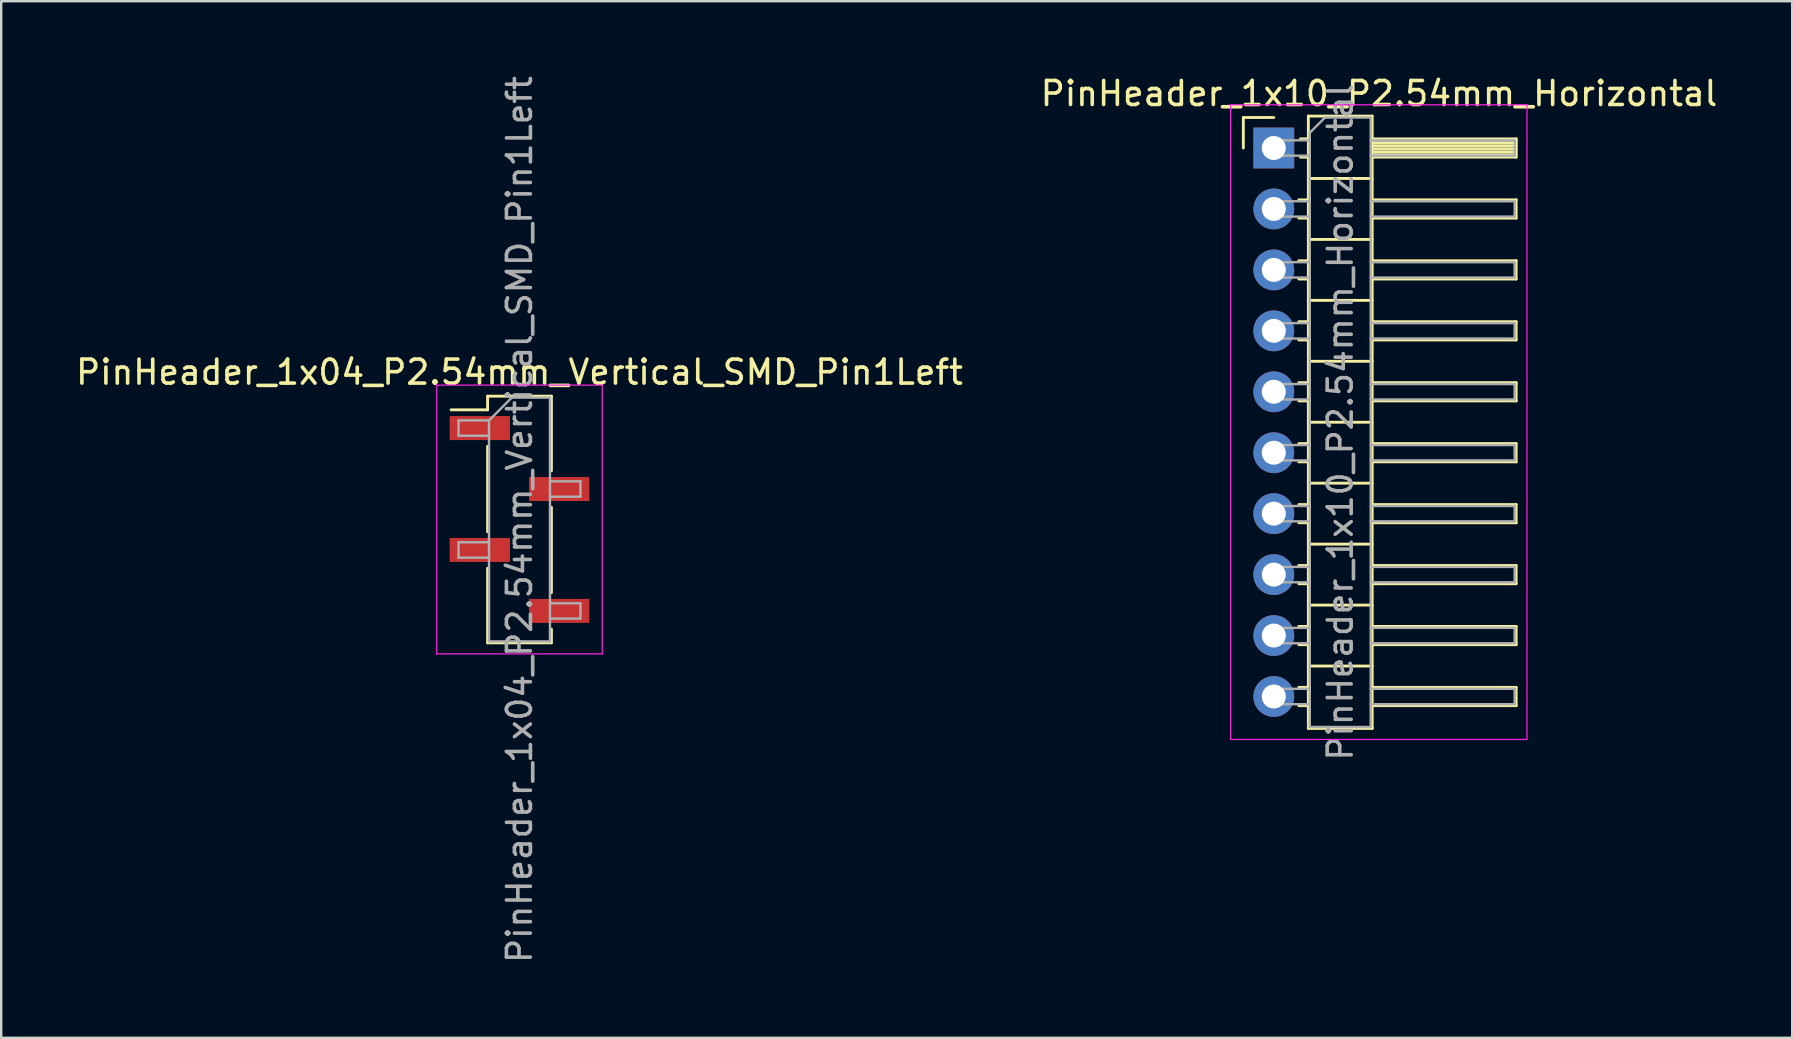
<source format=kicad_pcb>
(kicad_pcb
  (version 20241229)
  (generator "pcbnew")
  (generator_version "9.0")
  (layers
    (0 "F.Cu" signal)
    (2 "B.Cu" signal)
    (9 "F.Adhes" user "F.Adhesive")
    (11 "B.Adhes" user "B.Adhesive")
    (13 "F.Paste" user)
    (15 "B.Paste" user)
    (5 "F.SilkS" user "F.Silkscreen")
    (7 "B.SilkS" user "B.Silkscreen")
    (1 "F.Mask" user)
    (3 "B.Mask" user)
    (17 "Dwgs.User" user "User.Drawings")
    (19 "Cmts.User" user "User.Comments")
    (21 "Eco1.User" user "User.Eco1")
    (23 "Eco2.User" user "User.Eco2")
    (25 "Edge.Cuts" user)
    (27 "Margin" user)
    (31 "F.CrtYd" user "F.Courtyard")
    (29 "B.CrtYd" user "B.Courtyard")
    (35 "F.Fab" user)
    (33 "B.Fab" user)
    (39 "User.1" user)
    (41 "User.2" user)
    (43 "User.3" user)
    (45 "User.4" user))
  (footprint "PinHeader_1x04_P2.54mm_Vertical_SMD_Pin1Left"
    (layer "F.Cu")
    (at 18.601 18.601)
    (property "Reference" "PinHeader_1x04_P2.54mm_Vertical_SMD_Pin1Left" (at 0 -6.14 0) (layer "F.SilkS") (effects (font (size 1 1) (thickness 0.15))))
    (attr smd)
    (fp_line (start -1.33 -5.14) (end -1.33 -4.57) (stroke (width 0.12) (type solid)) (layer "F.SilkS"))
    (fp_line (start -1.33 -5.14) (end 1.33 -5.14) (stroke (width 0.12) (type solid)) (layer "F.SilkS"))
    (fp_line (start -1.33 -4.57) (end -2.85 -4.57) (stroke (width 0.12) (type solid)) (layer "F.SilkS"))
    (fp_line (start -1.33 -3.05) (end -1.33 0.51) (stroke (width 0.12) (type solid)) (layer "F.SilkS"))
    (fp_line (start -1.33 2.03) (end -1.33 5.14) (stroke (width 0.12) (type solid)) (layer "F.SilkS"))
    (fp_line (start -1.33 5.14) (end 1.33 5.14) (stroke (width 0.12) (type solid)) (layer "F.SilkS"))
    (fp_line (start 1.33 -5.14) (end 1.33 -2.03) (stroke (width 0.12) (type solid)) (layer "F.SilkS"))
    (fp_line (start 1.33 -0.51) (end 1.33 3.05) (stroke (width 0.12) (type solid)) (layer "F.SilkS"))
    (fp_line (start 1.33 4.57) (end 1.33 5.14) (stroke (width 0.12) (type solid)) (layer "F.SilkS"))
    (fp_line (start -3.45 -5.6) (end -3.45 5.6) (stroke (width 0.05) (type solid)) (layer "F.CrtYd"))
    (fp_line (start -3.45 5.6) (end 3.45 5.6) (stroke (width 0.05) (type solid)) (layer "F.CrtYd"))
    (fp_line (start 3.45 -5.6) (end -3.45 -5.6) (stroke (width 0.05) (type solid)) (layer "F.CrtYd"))
    (fp_line (start 3.45 5.6) (end 3.45 -5.6) (stroke (width 0.05) (type solid)) (layer "F.CrtYd"))
    (fp_line (start -2.54 -4.13) (end -2.54 -3.49) (stroke (width 0.1) (type solid)) (layer "F.Fab"))
    (fp_line (start -2.54 -3.49) (end -1.27 -3.49) (stroke (width 0.1) (type solid)) (layer "F.Fab"))
    (fp_line (start -2.54 0.95) (end -2.54 1.59) (stroke (width 0.1) (type solid)) (layer "F.Fab"))
    (fp_line (start -2.54 1.59) (end -1.27 1.59) (stroke (width 0.1) (type solid)) (layer "F.Fab"))
    (fp_line (start -1.27 -4.13) (end -2.54 -4.13) (stroke (width 0.1) (type solid)) (layer "F.Fab"))
    (fp_line (start -1.27 -4.13) (end -0.32 -5.08) (stroke (width 0.1) (type solid)) (layer "F.Fab"))
    (fp_line (start -1.27 0.95) (end -2.54 0.95) (stroke (width 0.1) (type solid)) (layer "F.Fab"))
    (fp_line (start -1.27 5.08) (end -1.27 -4.13) (stroke (width 0.1) (type solid)) (layer "F.Fab"))
    (fp_line (start -0.32 -5.08) (end 1.27 -5.08) (stroke (width 0.1) (type solid)) (layer "F.Fab"))
    (fp_line (start 1.27 -5.08) (end 1.27 5.08) (stroke (width 0.1) (type solid)) (layer "F.Fab"))
    (fp_line (start 1.27 -1.59) (end 2.54 -1.59) (stroke (width 0.1) (type solid)) (layer "F.Fab"))
    (fp_line (start 1.27 3.49) (end 2.54 3.49) (stroke (width 0.1) (type solid)) (layer "F.Fab"))
    (fp_line (start 1.27 5.08) (end -1.27 5.08) (stroke (width 0.1) (type solid)) (layer "F.Fab"))
    (fp_line (start 2.54 -1.59) (end 2.54 -0.95) (stroke (width 0.1) (type solid)) (layer "F.Fab"))
    (fp_line (start 2.54 -0.95) (end 1.27 -0.95) (stroke (width 0.1) (type solid)) (layer "F.Fab"))
    (fp_line (start 2.54 3.49) (end 2.54 4.13) (stroke (width 0.1) (type solid)) (layer "F.Fab"))
    (fp_line (start 2.54 4.13) (end 1.27 4.13) (stroke (width 0.1) (type solid)) (layer "F.Fab"))
    (fp_text user "${REFERENCE}" (at 0 0 90) (layer "F.Fab") (effects (font (size 1 1) (thickness 0.15))))
    (pad "1" smd rect (at -1.655 -3.81) (size 2.51 1) (layers "F.Cu" "F.Mask" "F.Paste"))
    (pad "2" smd rect (at 1.655 -1.27) (size 2.51 1) (layers "F.Cu" "F.Mask" "F.Paste"))
    (pad "3" smd rect (at -1.655 1.27) (size 2.51 1) (layers "F.Cu" "F.Mask" "F.Paste"))
    (pad "4" smd rect (at 1.655 3.81) (size 2.51 1) (layers "F.Cu" "F.Mask" "F.Paste")))
  (footprint "PinHeader_1x10_P2.54mm_Horizontal"
    (layer "F.Cu")
    (at 50.038 3.118)
    (property "Reference" "PinHeader_1x10_P2.54mm_Horizontal" (at 4.385 -2.27 0) (layer "F.SilkS") (effects (font (size 1 1) (thickness 0.15))))
    (attr through_hole)
    (fp_line (start -1.27 -1.27) (end 0 -1.27) (stroke (width 0.12) (type solid)) (layer "F.SilkS"))
    (fp_line (start -1.27 0) (end -1.27 -1.27) (stroke (width 0.12) (type solid)) (layer "F.SilkS"))
    (fp_line (start 1.043 2.16) (end 1.44 2.16) (stroke (width 0.12) (type solid)) (layer "F.SilkS"))
    (fp_line (start 1.043 2.92) (end 1.44 2.92) (stroke (width 0.12) (type solid)) (layer "F.SilkS"))
    (fp_line (start 1.043 4.7) (end 1.44 4.7) (stroke (width 0.12) (type solid)) (layer "F.SilkS"))
    (fp_line (start 1.043 5.46) (end 1.44 5.46) (stroke (width 0.12) (type solid)) (layer "F.SilkS"))
    (fp_line (start 1.043 7.24) (end 1.44 7.24) (stroke (width 0.12) (type solid)) (layer "F.SilkS"))
    (fp_line (start 1.043 8) (end 1.44 8) (stroke (width 0.12) (type solid)) (layer "F.SilkS"))
    (fp_line (start 1.043 9.78) (end 1.44 9.78) (stroke (width 0.12) (type solid)) (layer "F.SilkS"))
    (fp_line (start 1.043 10.54) (end 1.44 10.54) (stroke (width 0.12) (type solid)) (layer "F.SilkS"))
    (fp_line (start 1.043 12.32) (end 1.44 12.32) (stroke (width 0.12) (type solid)) (layer "F.SilkS"))
    (fp_line (start 1.043 13.08) (end 1.44 13.08) (stroke (width 0.12) (type solid)) (layer "F.SilkS"))
    (fp_line (start 1.043 14.86) (end 1.44 14.86) (stroke (width 0.12) (type solid)) (layer "F.SilkS"))
    (fp_line (start 1.043 15.62) (end 1.44 15.62) (stroke (width 0.12) (type solid)) (layer "F.SilkS"))
    (fp_line (start 1.043 17.4) (end 1.44 17.4) (stroke (width 0.12) (type solid)) (layer "F.SilkS"))
    (fp_line (start 1.043 18.16) (end 1.44 18.16) (stroke (width 0.12) (type solid)) (layer "F.SilkS"))
    (fp_line (start 1.043 19.94) (end 1.44 19.94) (stroke (width 0.12) (type solid)) (layer "F.SilkS"))
    (fp_line (start 1.043 20.7) (end 1.44 20.7) (stroke (width 0.12) (type solid)) (layer "F.SilkS"))
    (fp_line (start 1.043 22.48) (end 1.44 22.48) (stroke (width 0.12) (type solid)) (layer "F.SilkS"))
    (fp_line (start 1.043 23.24) (end 1.44 23.24) (stroke (width 0.12) (type solid)) (layer "F.SilkS"))
    (fp_line (start 1.11 -0.38) (end 1.44 -0.38) (stroke (width 0.12) (type solid)) (layer "F.SilkS"))
    (fp_line (start 1.11 0.38) (end 1.44 0.38) (stroke (width 0.12) (type solid)) (layer "F.SilkS"))
    (fp_line (start 1.44 -1.33) (end 1.44 24.19) (stroke (width 0.12) (type solid)) (layer "F.SilkS"))
    (fp_line (start 1.44 1.27) (end 4.1 1.27) (stroke (width 0.12) (type solid)) (layer "F.SilkS"))
    (fp_line (start 1.44 3.81) (end 4.1 3.81) (stroke (width 0.12) (type solid)) (layer "F.SilkS"))
    (fp_line (start 1.44 6.35) (end 4.1 6.35) (stroke (width 0.12) (type solid)) (layer "F.SilkS"))
    (fp_line (start 1.44 8.89) (end 4.1 8.89) (stroke (width 0.12) (type solid)) (layer "F.SilkS"))
    (fp_line (start 1.44 11.43) (end 4.1 11.43) (stroke (width 0.12) (type solid)) (layer "F.SilkS"))
    (fp_line (start 1.44 13.97) (end 4.1 13.97) (stroke (width 0.12) (type solid)) (layer "F.SilkS"))
    (fp_line (start 1.44 16.51) (end 4.1 16.51) (stroke (width 0.12) (type solid)) (layer "F.SilkS"))
    (fp_line (start 1.44 19.05) (end 4.1 19.05) (stroke (width 0.12) (type solid)) (layer "F.SilkS"))
    (fp_line (start 1.44 21.59) (end 4.1 21.59) (stroke (width 0.12) (type solid)) (layer "F.SilkS"))
    (fp_line (start 1.44 24.19) (end 4.1 24.19) (stroke (width 0.12) (type solid)) (layer "F.SilkS"))
    (fp_line (start 4.1 -1.33) (end 1.44 -1.33) (stroke (width 0.12) (type solid)) (layer "F.SilkS"))
    (fp_line (start 4.1 -0.38) (end 10.1 -0.38) (stroke (width 0.12) (type solid)) (layer "F.SilkS"))
    (fp_line (start 4.1 -0.32) (end 10.1 -0.32) (stroke (width 0.12) (type solid)) (layer "F.SilkS"))
    (fp_line (start 4.1 -0.2) (end 10.1 -0.2) (stroke (width 0.12) (type solid)) (layer "F.SilkS"))
    (fp_line (start 4.1 -0.08) (end 10.1 -0.08) (stroke (width 0.12) (type solid)) (layer "F.SilkS"))
    (fp_line (start 4.1 0.04) (end 10.1 0.04) (stroke (width 0.12) (type solid)) (layer "F.SilkS"))
    (fp_line (start 4.1 0.16) (end 10.1 0.16) (stroke (width 0.12) (type solid)) (layer "F.SilkS"))
    (fp_line (start 4.1 0.28) (end 10.1 0.28) (stroke (width 0.12) (type solid)) (layer "F.SilkS"))
    (fp_line (start 4.1 2.16) (end 10.1 2.16) (stroke (width 0.12) (type solid)) (layer "F.SilkS"))
    (fp_line (start 4.1 4.7) (end 10.1 4.7) (stroke (width 0.12) (type solid)) (layer "F.SilkS"))
    (fp_line (start 4.1 7.24) (end 10.1 7.24) (stroke (width 0.12) (type solid)) (layer "F.SilkS"))
    (fp_line (start 4.1 9.78) (end 10.1 9.78) (stroke (width 0.12) (type solid)) (layer "F.SilkS"))
    (fp_line (start 4.1 12.32) (end 10.1 12.32) (stroke (width 0.12) (type solid)) (layer "F.SilkS"))
    (fp_line (start 4.1 14.86) (end 10.1 14.86) (stroke (width 0.12) (type solid)) (layer "F.SilkS"))
    (fp_line (start 4.1 17.4) (end 10.1 17.4) (stroke (width 0.12) (type solid)) (layer "F.SilkS"))
    (fp_line (start 4.1 19.94) (end 10.1 19.94) (stroke (width 0.12) (type solid)) (layer "F.SilkS"))
    (fp_line (start 4.1 22.48) (end 10.1 22.48) (stroke (width 0.12) (type solid)) (layer "F.SilkS"))
    (fp_line (start 4.1 24.19) (end 4.1 -1.33) (stroke (width 0.12) (type solid)) (layer "F.SilkS"))
    (fp_line (start 10.1 -0.38) (end 10.1 0.38) (stroke (width 0.12) (type solid)) (layer "F.SilkS"))
    (fp_line (start 10.1 0.38) (end 4.1 0.38) (stroke (width 0.12) (type solid)) (layer "F.SilkS"))
    (fp_line (start 10.1 2.16) (end 10.1 2.92) (stroke (width 0.12) (type solid)) (layer "F.SilkS"))
    (fp_line (start 10.1 2.92) (end 4.1 2.92) (stroke (width 0.12) (type solid)) (layer "F.SilkS"))
    (fp_line (start 10.1 4.7) (end 10.1 5.46) (stroke (width 0.12) (type solid)) (layer "F.SilkS"))
    (fp_line (start 10.1 5.46) (end 4.1 5.46) (stroke (width 0.12) (type solid)) (layer "F.SilkS"))
    (fp_line (start 10.1 7.24) (end 10.1 8) (stroke (width 0.12) (type solid)) (layer "F.SilkS"))
    (fp_line (start 10.1 8) (end 4.1 8) (stroke (width 0.12) (type solid)) (layer "F.SilkS"))
    (fp_line (start 10.1 9.78) (end 10.1 10.54) (stroke (width 0.12) (type solid)) (layer "F.SilkS"))
    (fp_line (start 10.1 10.54) (end 4.1 10.54) (stroke (width 0.12) (type solid)) (layer "F.SilkS"))
    (fp_line (start 10.1 12.32) (end 10.1 13.08) (stroke (width 0.12) (type solid)) (layer "F.SilkS"))
    (fp_line (start 10.1 13.08) (end 4.1 13.08) (stroke (width 0.12) (type solid)) (layer "F.SilkS"))
    (fp_line (start 10.1 14.86) (end 10.1 15.62) (stroke (width 0.12) (type solid)) (layer "F.SilkS"))
    (fp_line (start 10.1 15.62) (end 4.1 15.62) (stroke (width 0.12) (type solid)) (layer "F.SilkS"))
    (fp_line (start 10.1 17.4) (end 10.1 18.16) (stroke (width 0.12) (type solid)) (layer "F.SilkS"))
    (fp_line (start 10.1 18.16) (end 4.1 18.16) (stroke (width 0.12) (type solid)) (layer "F.SilkS"))
    (fp_line (start 10.1 19.94) (end 10.1 20.7) (stroke (width 0.12) (type solid)) (layer "F.SilkS"))
    (fp_line (start 10.1 20.7) (end 4.1 20.7) (stroke (width 0.12) (type solid)) (layer "F.SilkS"))
    (fp_line (start 10.1 22.48) (end 10.1 23.24) (stroke (width 0.12) (type solid)) (layer "F.SilkS"))
    (fp_line (start 10.1 23.24) (end 4.1 23.24) (stroke (width 0.12) (type solid)) (layer "F.SilkS"))
    (fp_line (start -1.8 -1.8) (end -1.8 24.65) (stroke (width 0.05) (type solid)) (layer "F.CrtYd"))
    (fp_line (start -1.8 24.65) (end 10.55 24.65) (stroke (width 0.05) (type solid)) (layer "F.CrtYd"))
    (fp_line (start 10.55 -1.8) (end -1.8 -1.8) (stroke (width 0.05) (type solid)) (layer "F.CrtYd"))
    (fp_line (start 10.55 24.65) (end 10.55 -1.8) (stroke (width 0.05) (type solid)) (layer "F.CrtYd"))
    (fp_line (start -0.32 -0.32) (end -0.32 0.32) (stroke (width 0.1) (type solid)) (layer "F.Fab"))
    (fp_line (start -0.32 -0.32) (end 1.5 -0.32) (stroke (width 0.1) (type solid)) (layer "F.Fab"))
    (fp_line (start -0.32 0.32) (end 1.5 0.32) (stroke (width 0.1) (type solid)) (layer "F.Fab"))
    (fp_line (start -0.32 2.22) (end -0.32 2.86) (stroke (width 0.1) (type solid)) (layer "F.Fab"))
    (fp_line (start -0.32 2.22) (end 1.5 2.22) (stroke (width 0.1) (type solid)) (layer "F.Fab"))
    (fp_line (start -0.32 2.86) (end 1.5 2.86) (stroke (width 0.1) (type solid)) (layer "F.Fab"))
    (fp_line (start -0.32 4.76) (end -0.32 5.4) (stroke (width 0.1) (type solid)) (layer "F.Fab"))
    (fp_line (start -0.32 4.76) (end 1.5 4.76) (stroke (width 0.1) (type solid)) (layer "F.Fab"))
    (fp_line (start -0.32 5.4) (end 1.5 5.4) (stroke (width 0.1) (type solid)) (layer "F.Fab"))
    (fp_line (start -0.32 7.3) (end -0.32 7.94) (stroke (width 0.1) (type solid)) (layer "F.Fab"))
    (fp_line (start -0.32 7.3) (end 1.5 7.3) (stroke (width 0.1) (type solid)) (layer "F.Fab"))
    (fp_line (start -0.32 7.94) (end 1.5 7.94) (stroke (width 0.1) (type solid)) (layer "F.Fab"))
    (fp_line (start -0.32 9.84) (end -0.32 10.48) (stroke (width 0.1) (type solid)) (layer "F.Fab"))
    (fp_line (start -0.32 9.84) (end 1.5 9.84) (stroke (width 0.1) (type solid)) (layer "F.Fab"))
    (fp_line (start -0.32 10.48) (end 1.5 10.48) (stroke (width 0.1) (type solid)) (layer "F.Fab"))
    (fp_line (start -0.32 12.38) (end -0.32 13.02) (stroke (width 0.1) (type solid)) (layer "F.Fab"))
    (fp_line (start -0.32 12.38) (end 1.5 12.38) (stroke (width 0.1) (type solid)) (layer "F.Fab"))
    (fp_line (start -0.32 13.02) (end 1.5 13.02) (stroke (width 0.1) (type solid)) (layer "F.Fab"))
    (fp_line (start -0.32 14.92) (end -0.32 15.56) (stroke (width 0.1) (type solid)) (layer "F.Fab"))
    (fp_line (start -0.32 14.92) (end 1.5 14.92) (stroke (width 0.1) (type solid)) (layer "F.Fab"))
    (fp_line (start -0.32 15.56) (end 1.5 15.56) (stroke (width 0.1) (type solid)) (layer "F.Fab"))
    (fp_line (start -0.32 17.46) (end -0.32 18.1) (stroke (width 0.1) (type solid)) (layer "F.Fab"))
    (fp_line (start -0.32 17.46) (end 1.5 17.46) (stroke (width 0.1) (type solid)) (layer "F.Fab"))
    (fp_line (start -0.32 18.1) (end 1.5 18.1) (stroke (width 0.1) (type solid)) (layer "F.Fab"))
    (fp_line (start -0.32 20) (end -0.32 20.64) (stroke (width 0.1) (type solid)) (layer "F.Fab"))
    (fp_line (start -0.32 20) (end 1.5 20) (stroke (width 0.1) (type solid)) (layer "F.Fab"))
    (fp_line (start -0.32 20.64) (end 1.5 20.64) (stroke (width 0.1) (type solid)) (layer "F.Fab"))
    (fp_line (start -0.32 22.54) (end -0.32 23.18) (stroke (width 0.1) (type solid)) (layer "F.Fab"))
    (fp_line (start -0.32 22.54) (end 1.5 22.54) (stroke (width 0.1) (type solid)) (layer "F.Fab"))
    (fp_line (start -0.32 23.18) (end 1.5 23.18) (stroke (width 0.1) (type solid)) (layer "F.Fab"))
    (fp_line (start 1.5 -0.635) (end 2.135 -1.27) (stroke (width 0.1) (type solid)) (layer "F.Fab"))
    (fp_line (start 1.5 24.13) (end 1.5 -0.635) (stroke (width 0.1) (type solid)) (layer "F.Fab"))
    (fp_line (start 2.135 -1.27) (end 4.04 -1.27) (stroke (width 0.1) (type solid)) (layer "F.Fab"))
    (fp_line (start 4.04 -1.27) (end 4.04 24.13) (stroke (width 0.1) (type solid)) (layer "F.Fab"))
    (fp_line (start 4.04 -0.32) (end 10.04 -0.32) (stroke (width 0.1) (type solid)) (layer "F.Fab"))
    (fp_line (start 4.04 0.32) (end 10.04 0.32) (stroke (width 0.1) (type solid)) (layer "F.Fab"))
    (fp_line (start 4.04 2.22) (end 10.04 2.22) (stroke (width 0.1) (type solid)) (layer "F.Fab"))
    (fp_line (start 4.04 2.86) (end 10.04 2.86) (stroke (width 0.1) (type solid)) (layer "F.Fab"))
    (fp_line (start 4.04 4.76) (end 10.04 4.76) (stroke (width 0.1) (type solid)) (layer "F.Fab"))
    (fp_line (start 4.04 5.4) (end 10.04 5.4) (stroke (width 0.1) (type solid)) (layer "F.Fab"))
    (fp_line (start 4.04 7.3) (end 10.04 7.3) (stroke (width 0.1) (type solid)) (layer "F.Fab"))
    (fp_line (start 4.04 7.94) (end 10.04 7.94) (stroke (width 0.1) (type solid)) (layer "F.Fab"))
    (fp_line (start 4.04 9.84) (end 10.04 9.84) (stroke (width 0.1) (type solid)) (layer "F.Fab"))
    (fp_line (start 4.04 10.48) (end 10.04 10.48) (stroke (width 0.1) (type solid)) (layer "F.Fab"))
    (fp_line (start 4.04 12.38) (end 10.04 12.38) (stroke (width 0.1) (type solid)) (layer "F.Fab"))
    (fp_line (start 4.04 13.02) (end 10.04 13.02) (stroke (width 0.1) (type solid)) (layer "F.Fab"))
    (fp_line (start 4.04 14.92) (end 10.04 14.92) (stroke (width 0.1) (type solid)) (layer "F.Fab"))
    (fp_line (start 4.04 15.56) (end 10.04 15.56) (stroke (width 0.1) (type solid)) (layer "F.Fab"))
    (fp_line (start 4.04 17.46) (end 10.04 17.46) (stroke (width 0.1) (type solid)) (layer "F.Fab"))
    (fp_line (start 4.04 18.1) (end 10.04 18.1) (stroke (width 0.1) (type solid)) (layer "F.Fab"))
    (fp_line (start 4.04 20) (end 10.04 20) (stroke (width 0.1) (type solid)) (layer "F.Fab"))
    (fp_line (start 4.04 20.64) (end 10.04 20.64) (stroke (width 0.1) (type solid)) (layer "F.Fab"))
    (fp_line (start 4.04 22.54) (end 10.04 22.54) (stroke (width 0.1) (type solid)) (layer "F.Fab"))
    (fp_line (start 4.04 23.18) (end 10.04 23.18) (stroke (width 0.1) (type solid)) (layer "F.Fab"))
    (fp_line (start 4.04 24.13) (end 1.5 24.13) (stroke (width 0.1) (type solid)) (layer "F.Fab"))
    (fp_line (start 10.04 -0.32) (end 10.04 0.32) (stroke (width 0.1) (type solid)) (layer "F.Fab"))
    (fp_line (start 10.04 2.22) (end 10.04 2.86) (stroke (width 0.1) (type solid)) (layer "F.Fab"))
    (fp_line (start 10.04 4.76) (end 10.04 5.4) (stroke (width 0.1) (type solid)) (layer "F.Fab"))
    (fp_line (start 10.04 7.3) (end 10.04 7.94) (stroke (width 0.1) (type solid)) (layer "F.Fab"))
    (fp_line (start 10.04 9.84) (end 10.04 10.48) (stroke (width 0.1) (type solid)) (layer "F.Fab"))
    (fp_line (start 10.04 12.38) (end 10.04 13.02) (stroke (width 0.1) (type solid)) (layer "F.Fab"))
    (fp_line (start 10.04 14.92) (end 10.04 15.56) (stroke (width 0.1) (type solid)) (layer "F.Fab"))
    (fp_line (start 10.04 17.46) (end 10.04 18.1) (stroke (width 0.1) (type solid)) (layer "F.Fab"))
    (fp_line (start 10.04 20) (end 10.04 20.64) (stroke (width 0.1) (type solid)) (layer "F.Fab"))
    (fp_line (start 10.04 22.54) (end 10.04 23.18) (stroke (width 0.1) (type solid)) (layer "F.Fab"))
    (fp_text user "${REFERENCE}" (at 2.77 11.43 90) (layer "F.Fab") (effects (font (size 1 1) (thickness 0.15))))
    (pad "1" thru_hole rect (at 0 0) (size 1.7 1.7) (drill 1) (layers "*.Cu" "*.Mask"))
    (pad "2" thru_hole oval (at 0 2.54) (size 1.7 1.7) (drill 1) (layers "*.Cu" "*.Mask"))
    (pad "3" thru_hole oval (at 0 5.08) (size 1.7 1.7) (drill 1) (layers "*.Cu" "*.Mask"))
    (pad "4" thru_hole oval (at 0 7.62) (size 1.7 1.7) (drill 1) (layers "*.Cu" "*.Mask"))
    (pad "5" thru_hole oval (at 0 10.16) (size 1.7 1.7) (drill 1) (layers "*.Cu" "*.Mask"))
    (pad "6" thru_hole oval (at 0 12.7) (size 1.7 1.7) (drill 1) (layers "*.Cu" "*.Mask"))
    (pad "7" thru_hole oval (at 0 15.24) (size 1.7 1.7) (drill 1) (layers "*.Cu" "*.Mask"))
    (pad "8" thru_hole oval (at 0 17.78) (size 1.7 1.7) (drill 1) (layers "*.Cu" "*.Mask"))
    (pad "9" thru_hole oval (at 0 20.32) (size 1.7 1.7) (drill 1) (layers "*.Cu" "*.Mask"))
    (pad "10" thru_hole oval (at 0 22.86) (size 1.7 1.7) (drill 1) (layers "*.Cu" "*.Mask")))
  (gr_rect
    (start -3 -3)
    (end 71.643 40.202)
    (stroke (width 0.1) (type default))
    (fill no)
    (layer "Edge.Cuts")))
</source>
